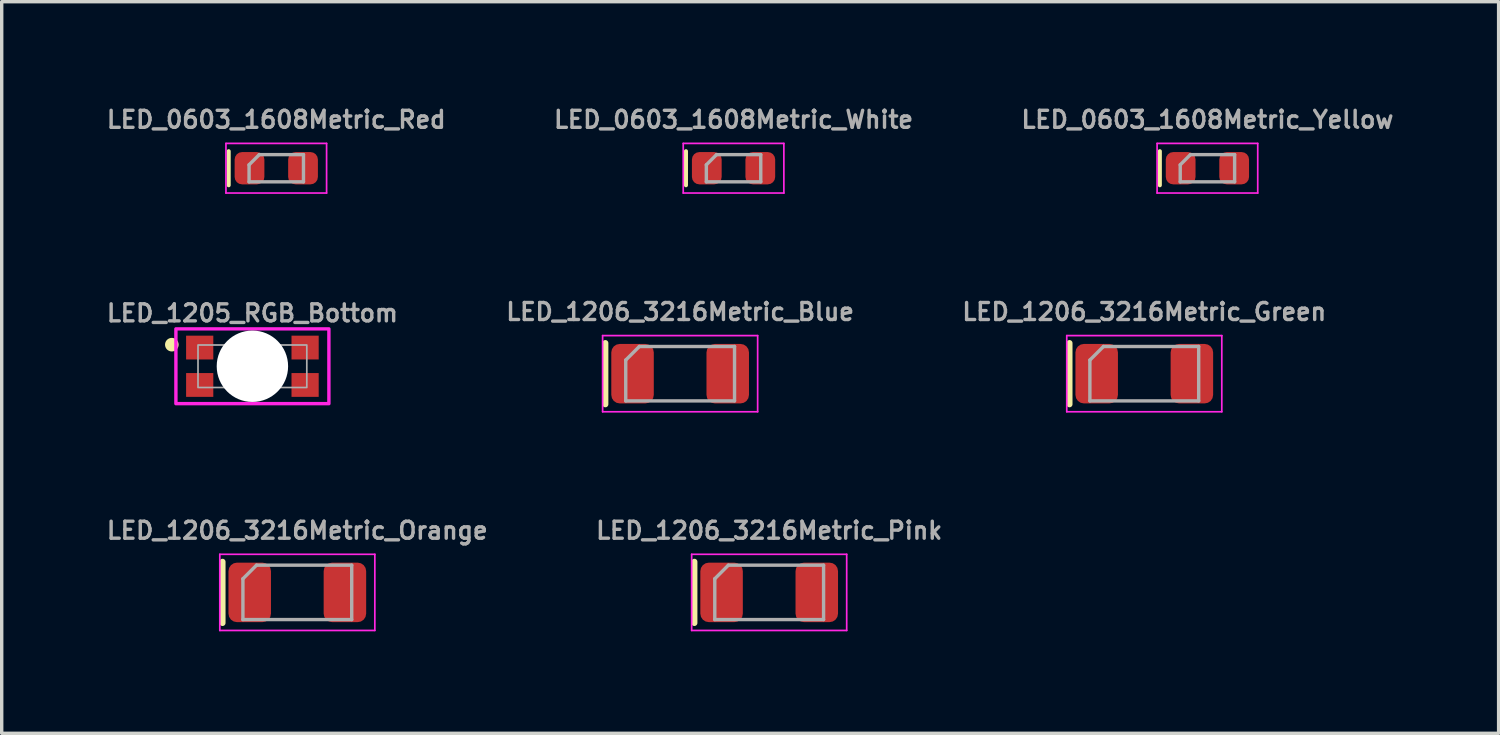
<source format=kicad_pcb>
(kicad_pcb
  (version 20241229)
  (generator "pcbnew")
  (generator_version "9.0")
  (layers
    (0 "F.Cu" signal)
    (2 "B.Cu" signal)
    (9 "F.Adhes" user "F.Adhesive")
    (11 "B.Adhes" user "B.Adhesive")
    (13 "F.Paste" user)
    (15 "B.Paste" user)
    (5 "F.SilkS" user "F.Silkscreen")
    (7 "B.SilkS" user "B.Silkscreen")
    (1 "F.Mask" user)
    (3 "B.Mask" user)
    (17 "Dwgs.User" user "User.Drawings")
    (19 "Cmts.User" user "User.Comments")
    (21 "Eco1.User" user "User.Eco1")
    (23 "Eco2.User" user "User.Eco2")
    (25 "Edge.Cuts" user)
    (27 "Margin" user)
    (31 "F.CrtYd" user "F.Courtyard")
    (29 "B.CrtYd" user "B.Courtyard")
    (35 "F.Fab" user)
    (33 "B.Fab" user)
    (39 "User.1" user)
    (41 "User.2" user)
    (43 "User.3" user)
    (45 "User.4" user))
  (footprint "LED_0603_1608Metric_Red"
    (layer "F.Cu")
    (at 5.076 1.898)
    (property "Reference" "LED_0603_1608Metric_Red" (at 0 -1.43 0) (layer "F.Fab") (effects (font (size 0.5 0.5) (thickness 0.1))))
    (attr smd)
    (fp_line (start -1.4 -0.5) (end -1.4 0.5) (stroke (width 0.12) (type solid)) (layer "F.SilkS"))
    (fp_line (start -1.48 -0.73) (end 1.48 -0.73) (stroke (width 0.05) (type solid)) (layer "F.CrtYd"))
    (fp_line (start -1.48 0.73) (end -1.48 -0.73) (stroke (width 0.05) (type solid)) (layer "F.CrtYd"))
    (fp_line (start 1.48 -0.73) (end 1.48 0.73) (stroke (width 0.05) (type solid)) (layer "F.CrtYd"))
    (fp_line (start 1.48 0.73) (end -1.48 0.73) (stroke (width 0.05) (type solid)) (layer "F.CrtYd"))
    (fp_line (start -0.8 -0.1) (end -0.8 0.4) (stroke (width 0.1) (type solid)) (layer "F.Fab"))
    (fp_line (start -0.8 0.4) (end 0.8 0.4) (stroke (width 0.1) (type solid)) (layer "F.Fab"))
    (fp_line (start -0.5 -0.4) (end -0.8 -0.1) (stroke (width 0.1) (type solid)) (layer "F.Fab"))
    (fp_line (start 0.8 -0.4) (end -0.5 -0.4) (stroke (width 0.1) (type solid)) (layer "F.Fab"))
    (fp_line (start 0.8 0.4) (end 0.8 -0.4) (stroke (width 0.1) (type solid)) (layer "F.Fab"))
    (pad "1" smd roundrect (at -0.787 0) (size 0.875 0.95) (layers "F.Cu" "F.Mask" "F.Paste") (roundrect_rratio 0.25))
    (pad "2" smd roundrect (at 0.787 0) (size 0.875 0.95) (layers "F.Cu" "F.Mask" "F.Paste") (roundrect_rratio 0.25)))
  (footprint "LED_0603_1608Metric_White"
    (layer "F.Cu")
    (at 18.526 1.898)
    (property "Reference" "LED_0603_1608Metric_White" (at 0 -1.43 0) (layer "F.Fab") (effects (font (size 0.5 0.5) (thickness 0.1))))
    (attr smd)
    (fp_line (start -1.4 -0.5) (end -1.4 0.5) (stroke (width 0.12) (type solid)) (layer "F.SilkS"))
    (fp_line (start -1.48 -0.73) (end 1.48 -0.73) (stroke (width 0.05) (type solid)) (layer "F.CrtYd"))
    (fp_line (start -1.48 0.73) (end -1.48 -0.73) (stroke (width 0.05) (type solid)) (layer "F.CrtYd"))
    (fp_line (start 1.48 -0.73) (end 1.48 0.73) (stroke (width 0.05) (type solid)) (layer "F.CrtYd"))
    (fp_line (start 1.48 0.73) (end -1.48 0.73) (stroke (width 0.05) (type solid)) (layer "F.CrtYd"))
    (fp_line (start -0.8 -0.1) (end -0.8 0.4) (stroke (width 0.1) (type solid)) (layer "F.Fab"))
    (fp_line (start -0.8 0.4) (end 0.8 0.4) (stroke (width 0.1) (type solid)) (layer "F.Fab"))
    (fp_line (start -0.5 -0.4) (end -0.8 -0.1) (stroke (width 0.1) (type solid)) (layer "F.Fab"))
    (fp_line (start 0.8 -0.4) (end -0.5 -0.4) (stroke (width 0.1) (type solid)) (layer "F.Fab"))
    (fp_line (start 0.8 0.4) (end 0.8 -0.4) (stroke (width 0.1) (type solid)) (layer "F.Fab"))
    (pad "1" smd roundrect (at -0.787 0) (size 0.875 0.95) (layers "F.Cu" "F.Mask" "F.Paste") (roundrect_rratio 0.25))
    (pad "2" smd roundrect (at 0.787 0) (size 0.875 0.95) (layers "F.Cu" "F.Mask" "F.Paste") (roundrect_rratio 0.25)))
  (footprint "LED_1206_3216Metric_Green"
    (layer "F.Cu")
    (at 30.607 7.941)
    (property "Reference" "LED_1206_3216Metric_Green" (at 0 -1.82 0) (layer "F.Fab") (effects (font (size 0.5 0.5) (thickness 0.1))))
    (attr smd)
    (fp_line (start -2.2 -0.9) (end -2.2 0.9) (stroke (width 0.178) (type solid)) (layer "F.SilkS"))
    (fp_line (start -2.28 -1.12) (end 2.28 -1.12) (stroke (width 0.05) (type solid)) (layer "F.CrtYd"))
    (fp_line (start -2.28 1.12) (end -2.28 -1.12) (stroke (width 0.05) (type solid)) (layer "F.CrtYd"))
    (fp_line (start 2.28 -1.12) (end 2.28 1.12) (stroke (width 0.05) (type solid)) (layer "F.CrtYd"))
    (fp_line (start 2.28 1.12) (end -2.28 1.12) (stroke (width 0.05) (type solid)) (layer "F.CrtYd"))
    (fp_line (start -1.6 -0.4) (end -1.6 0.8) (stroke (width 0.1) (type solid)) (layer "F.Fab"))
    (fp_line (start -1.6 0.8) (end 1.6 0.8) (stroke (width 0.1) (type solid)) (layer "F.Fab"))
    (fp_line (start -1.2 -0.8) (end -1.6 -0.4) (stroke (width 0.1) (type solid)) (layer "F.Fab"))
    (fp_line (start 1.6 -0.8) (end -1.2 -0.8) (stroke (width 0.1) (type solid)) (layer "F.Fab"))
    (fp_line (start 1.6 0.8) (end 1.6 -0.8) (stroke (width 0.1) (type solid)) (layer "F.Fab"))
    (pad "1" smd roundrect (at -1.4 0) (size 1.25 1.75) (layers "F.Cu" "F.Mask" "F.Paste") (roundrect_rratio 0.2))
    (pad "2" smd roundrect (at 1.4 0) (size 1.25 1.75) (layers "F.Cu" "F.Mask" "F.Paste") (roundrect_rratio 0.2)))
  (footprint "LED_1205_RGB_Bottom"
    (layer "F.Cu")
    (at 4.374 7.723)
    (property "Reference" "LED_1205_RGB_Bottom" (at 0 -1.27 0) (unlocked yes) (layer "F.Fab") (effects (font (size 0.5 0.5) (thickness 0.1)) (justify bottom)))
    (fp_circle (center -2.37 -0.635) (end -2.37 -0.535) (stroke (width 0.2) (type solid)) (fill yes) (layer "F.SilkS"))
    (fp_rect (start -2.25 -1.1) (end 2.25 1.1) (stroke (width 0.1) (type default)) (fill no) (layer "F.CrtYd"))
    (fp_rect (start -1.6 -0.625) (end 1.6 0.625) (stroke (width 0.05) (type default)) (fill no) (layer "F.Fab"))
    (pad "" np_thru_hole circle (at 0 0) (size 2.1 2.1) (drill 2.1) (layers "*.Cu" "*.Mask"))
    (pad "1" smd rect (at -1.55 -0.55) (size 0.8 0.7) (layers "F.Cu" "F.Mask" "F.Paste"))
    (pad "2" smd rect (at -1.55 0.55) (size 0.8 0.7) (layers "F.Cu" "F.Mask" "F.Paste"))
    (pad "3" smd rect (at 1.55 0.55) (size 0.8 0.7) (layers "F.Cu" "F.Mask" "F.Paste"))
    (pad "4" smd rect (at 1.55 -0.55) (size 0.8 0.7) (layers "F.Cu" "F.Mask" "F.Paste")))
  (footprint "LED_1206_3216Metric_Pink"
    (layer "F.Cu")
    (at 19.574 14.374)
    (property "Reference" "LED_1206_3216Metric_Pink" (at 0 -1.82 0) (layer "F.Fab") (effects (font (size 0.5 0.5) (thickness 0.1))))
    (attr smd)
    (fp_line (start -2.2 -0.9) (end -2.2 0.9) (stroke (width 0.178) (type solid)) (layer "F.SilkS"))
    (fp_line (start -2.28 -1.12) (end 2.28 -1.12) (stroke (width 0.05) (type solid)) (layer "F.CrtYd"))
    (fp_line (start -2.28 1.12) (end -2.28 -1.12) (stroke (width 0.05) (type solid)) (layer "F.CrtYd"))
    (fp_line (start 2.28 -1.12) (end 2.28 1.12) (stroke (width 0.05) (type solid)) (layer "F.CrtYd"))
    (fp_line (start 2.28 1.12) (end -2.28 1.12) (stroke (width 0.05) (type solid)) (layer "F.CrtYd"))
    (fp_line (start -1.6 -0.4) (end -1.6 0.8) (stroke (width 0.1) (type solid)) (layer "F.Fab"))
    (fp_line (start -1.6 0.8) (end 1.6 0.8) (stroke (width 0.1) (type solid)) (layer "F.Fab"))
    (fp_line (start -1.2 -0.8) (end -1.6 -0.4) (stroke (width 0.1) (type solid)) (layer "F.Fab"))
    (fp_line (start 1.6 -0.8) (end -1.2 -0.8) (stroke (width 0.1) (type solid)) (layer "F.Fab"))
    (fp_line (start 1.6 0.8) (end 1.6 -0.8) (stroke (width 0.1) (type solid)) (layer "F.Fab"))
    (pad "1" smd roundrect (at -1.4 0) (size 1.25 1.75) (layers "F.Cu" "F.Mask" "F.Paste") (roundrect_rratio 0.2))
    (pad "2" smd roundrect (at 1.4 0) (size 1.25 1.75) (layers "F.Cu" "F.Mask" "F.Paste") (roundrect_rratio 0.2)))
  (footprint "LED_0603_1608Metric_Yellow"
    (layer "F.Cu")
    (at 32.464 1.898)
    (property "Reference" "LED_0603_1608Metric_Yellow" (at 0 -1.43 0) (layer "F.Fab") (effects (font (size 0.5 0.5) (thickness 0.1))))
    (attr smd)
    (fp_line (start -1.4 -0.5) (end -1.4 0.5) (stroke (width 0.12) (type solid)) (layer "F.SilkS"))
    (fp_line (start -1.48 -0.73) (end 1.48 -0.73) (stroke (width 0.05) (type solid)) (layer "F.CrtYd"))
    (fp_line (start -1.48 0.73) (end -1.48 -0.73) (stroke (width 0.05) (type solid)) (layer "F.CrtYd"))
    (fp_line (start 1.48 -0.73) (end 1.48 0.73) (stroke (width 0.05) (type solid)) (layer "F.CrtYd"))
    (fp_line (start 1.48 0.73) (end -1.48 0.73) (stroke (width 0.05) (type solid)) (layer "F.CrtYd"))
    (fp_line (start -0.8 -0.1) (end -0.8 0.4) (stroke (width 0.1) (type solid)) (layer "F.Fab"))
    (fp_line (start -0.8 0.4) (end 0.8 0.4) (stroke (width 0.1) (type solid)) (layer "F.Fab"))
    (fp_line (start -0.5 -0.4) (end -0.8 -0.1) (stroke (width 0.1) (type solid)) (layer "F.Fab"))
    (fp_line (start 0.8 -0.4) (end -0.5 -0.4) (stroke (width 0.1) (type solid)) (layer "F.Fab"))
    (fp_line (start 0.8 0.4) (end 0.8 -0.4) (stroke (width 0.1) (type solid)) (layer "F.Fab"))
    (pad "1" smd roundrect (at -0.787 0) (size 0.875 0.95) (layers "F.Cu" "F.Mask" "F.Paste") (roundrect_rratio 0.25))
    (pad "2" smd roundrect (at 0.787 0) (size 0.875 0.95) (layers "F.Cu" "F.Mask" "F.Paste") (roundrect_rratio 0.25)))
  (footprint "LED_1206_3216Metric_Blue"
    (layer "F.Cu")
    (at 16.955 7.941)
    (property "Reference" "LED_1206_3216Metric_Blue" (at 0 -1.82 0) (layer "F.Fab") (effects (font (size 0.5 0.5) (thickness 0.1))))
    (attr smd)
    (fp_line (start -2.2 -0.9) (end -2.2 0.9) (stroke (width 0.178) (type solid)) (layer "F.SilkS"))
    (fp_line (start -2.28 -1.12) (end 2.28 -1.12) (stroke (width 0.05) (type solid)) (layer "F.CrtYd"))
    (fp_line (start -2.28 1.12) (end -2.28 -1.12) (stroke (width 0.05) (type solid)) (layer "F.CrtYd"))
    (fp_line (start 2.28 -1.12) (end 2.28 1.12) (stroke (width 0.05) (type solid)) (layer "F.CrtYd"))
    (fp_line (start 2.28 1.12) (end -2.28 1.12) (stroke (width 0.05) (type solid)) (layer "F.CrtYd"))
    (fp_line (start -1.6 -0.4) (end -1.6 0.8) (stroke (width 0.1) (type solid)) (layer "F.Fab"))
    (fp_line (start -1.6 0.8) (end 1.6 0.8) (stroke (width 0.1) (type solid)) (layer "F.Fab"))
    (fp_line (start -1.2 -0.8) (end -1.6 -0.4) (stroke (width 0.1) (type solid)) (layer "F.Fab"))
    (fp_line (start 1.6 -0.8) (end -1.2 -0.8) (stroke (width 0.1) (type solid)) (layer "F.Fab"))
    (fp_line (start 1.6 0.8) (end 1.6 -0.8) (stroke (width 0.1) (type solid)) (layer "F.Fab"))
    (pad "1" smd roundrect (at -1.4 0) (size 1.25 1.75) (layers "F.Cu" "F.Mask" "F.Paste") (roundrect_rratio 0.2))
    (pad "2" smd roundrect (at 1.4 0) (size 1.25 1.75) (layers "F.Cu" "F.Mask" "F.Paste") (roundrect_rratio 0.2)))
  (footprint "LED_1206_3216Metric_Orange"
    (layer "F.Cu")
    (at 5.695 14.374)
    (property "Reference" "LED_1206_3216Metric_Orange" (at 0 -1.82 0) (layer "F.Fab") (effects (font (size 0.5 0.5) (thickness 0.1))))
    (attr smd)
    (fp_line (start -2.2 -0.9) (end -2.2 0.9) (stroke (width 0.178) (type solid)) (layer "F.SilkS"))
    (fp_line (start -2.28 -1.12) (end 2.28 -1.12) (stroke (width 0.05) (type solid)) (layer "F.CrtYd"))
    (fp_line (start -2.28 1.12) (end -2.28 -1.12) (stroke (width 0.05) (type solid)) (layer "F.CrtYd"))
    (fp_line (start 2.28 -1.12) (end 2.28 1.12) (stroke (width 0.05) (type solid)) (layer "F.CrtYd"))
    (fp_line (start 2.28 1.12) (end -2.28 1.12) (stroke (width 0.05) (type solid)) (layer "F.CrtYd"))
    (fp_line (start -1.6 -0.4) (end -1.6 0.8) (stroke (width 0.1) (type solid)) (layer "F.Fab"))
    (fp_line (start -1.6 0.8) (end 1.6 0.8) (stroke (width 0.1) (type solid)) (layer "F.Fab"))
    (fp_line (start -1.2 -0.8) (end -1.6 -0.4) (stroke (width 0.1) (type solid)) (layer "F.Fab"))
    (fp_line (start 1.6 -0.8) (end -1.2 -0.8) (stroke (width 0.1) (type solid)) (layer "F.Fab"))
    (fp_line (start 1.6 0.8) (end 1.6 -0.8) (stroke (width 0.1) (type solid)) (layer "F.Fab"))
    (pad "1" smd roundrect (at -1.4 0) (size 1.25 1.75) (layers "F.Cu" "F.Mask" "F.Paste") (roundrect_rratio 0.2))
    (pad "2" smd roundrect (at 1.4 0) (size 1.25 1.75) (layers "F.Cu" "F.Mask" "F.Paste") (roundrect_rratio 0.2)))
  (gr_rect
    (start -3 -3)
    (end 41.029 18.519)
    (stroke (width 0.1) (type default))
    (fill no)
    (layer "Edge.Cuts")))
</source>
